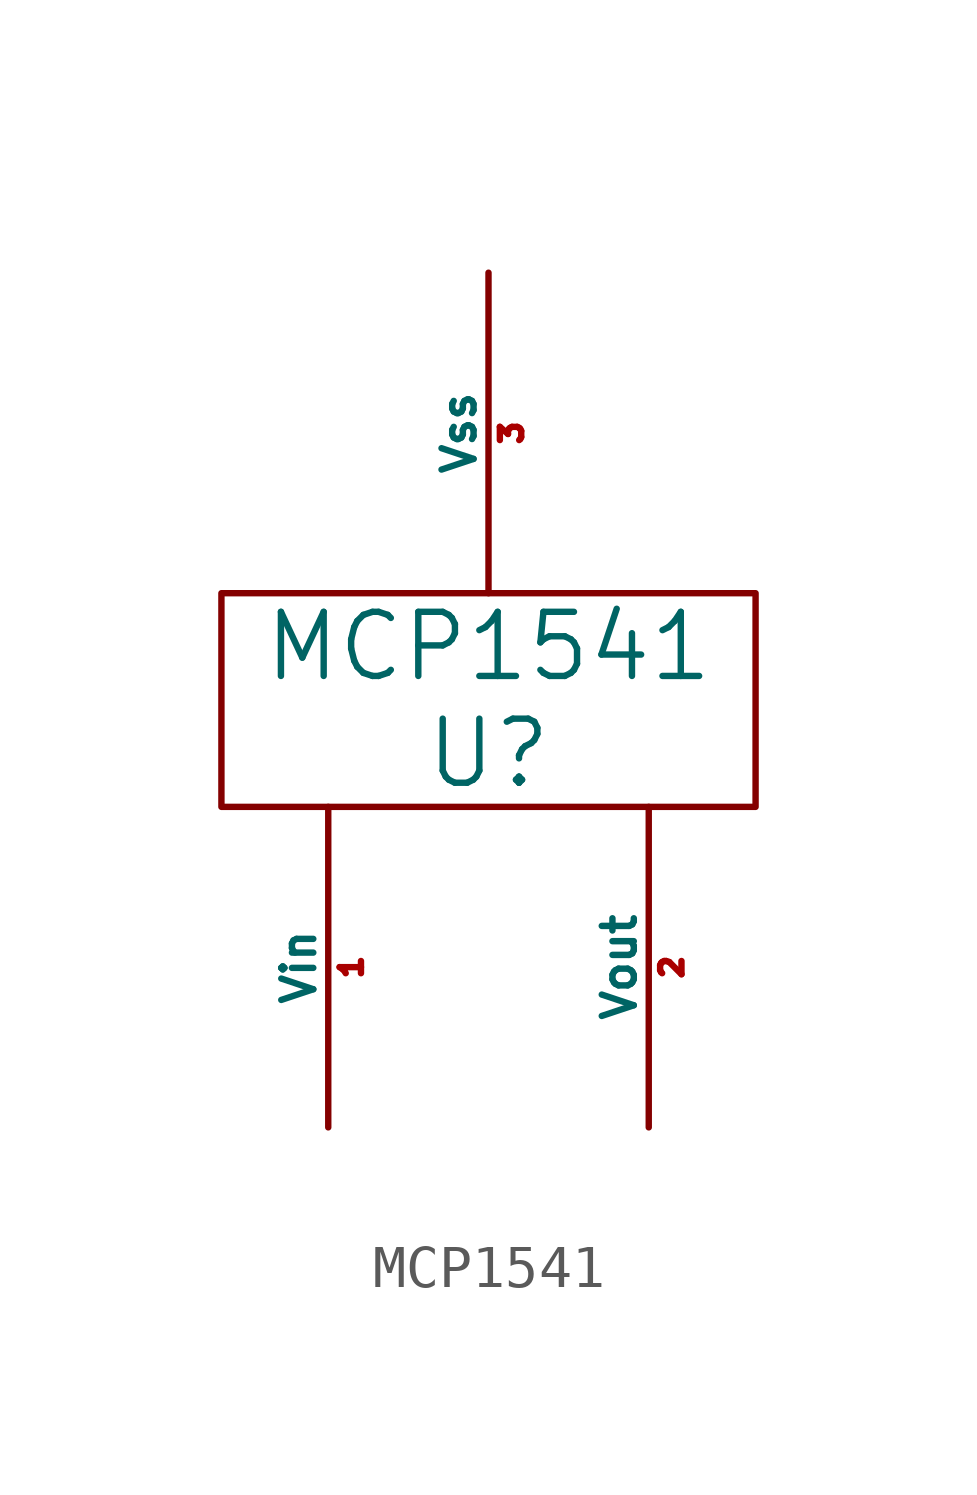
<source format=kicad_sym>
(kicad_symbol_lib
  (version 20231120)
  (generator "kicad_symbol_editor")
  (generator_version "8.0")
  (symbol "MCP1541"
    (pin_names
      (offset 0))
    (property "Reference" "U"
      (at 0 0 0)
      (effects (font (size 1.524 1.524))))
    (property "Value" "MCP1541"
      (at 0 2.54 0)
      (effects (font (size 1.524 1.524))))
    (symbol "MCP1541_0_0"
      (pin power_in line (at -3.81 -8.89 90) (length 7.62) (name "Vin" (effects (font (size 0.762 0.762)))) (number "1" (effects (font (size 0.508 0.508)))))
      (pin output line (at 3.81 -8.89 90) (length 7.62) (name "Vout" (effects (font (size 0.762 0.762)))) (number "2" (effects (font (size 0.508 0.508)))))
      (pin power_in line (at 0 11.43 270) (length 7.62) (name "Vss" (effects (font (size 0.762 0.762)))) (number "3" (effects (font (size 0.508 0.508))))))
    (symbol "MCP1541_0_1"
      (rectangle (start -6.35 3.81) (end 6.35 -1.27) (stroke (width 0) (type solid)) (fill (type none))))))
</source>
